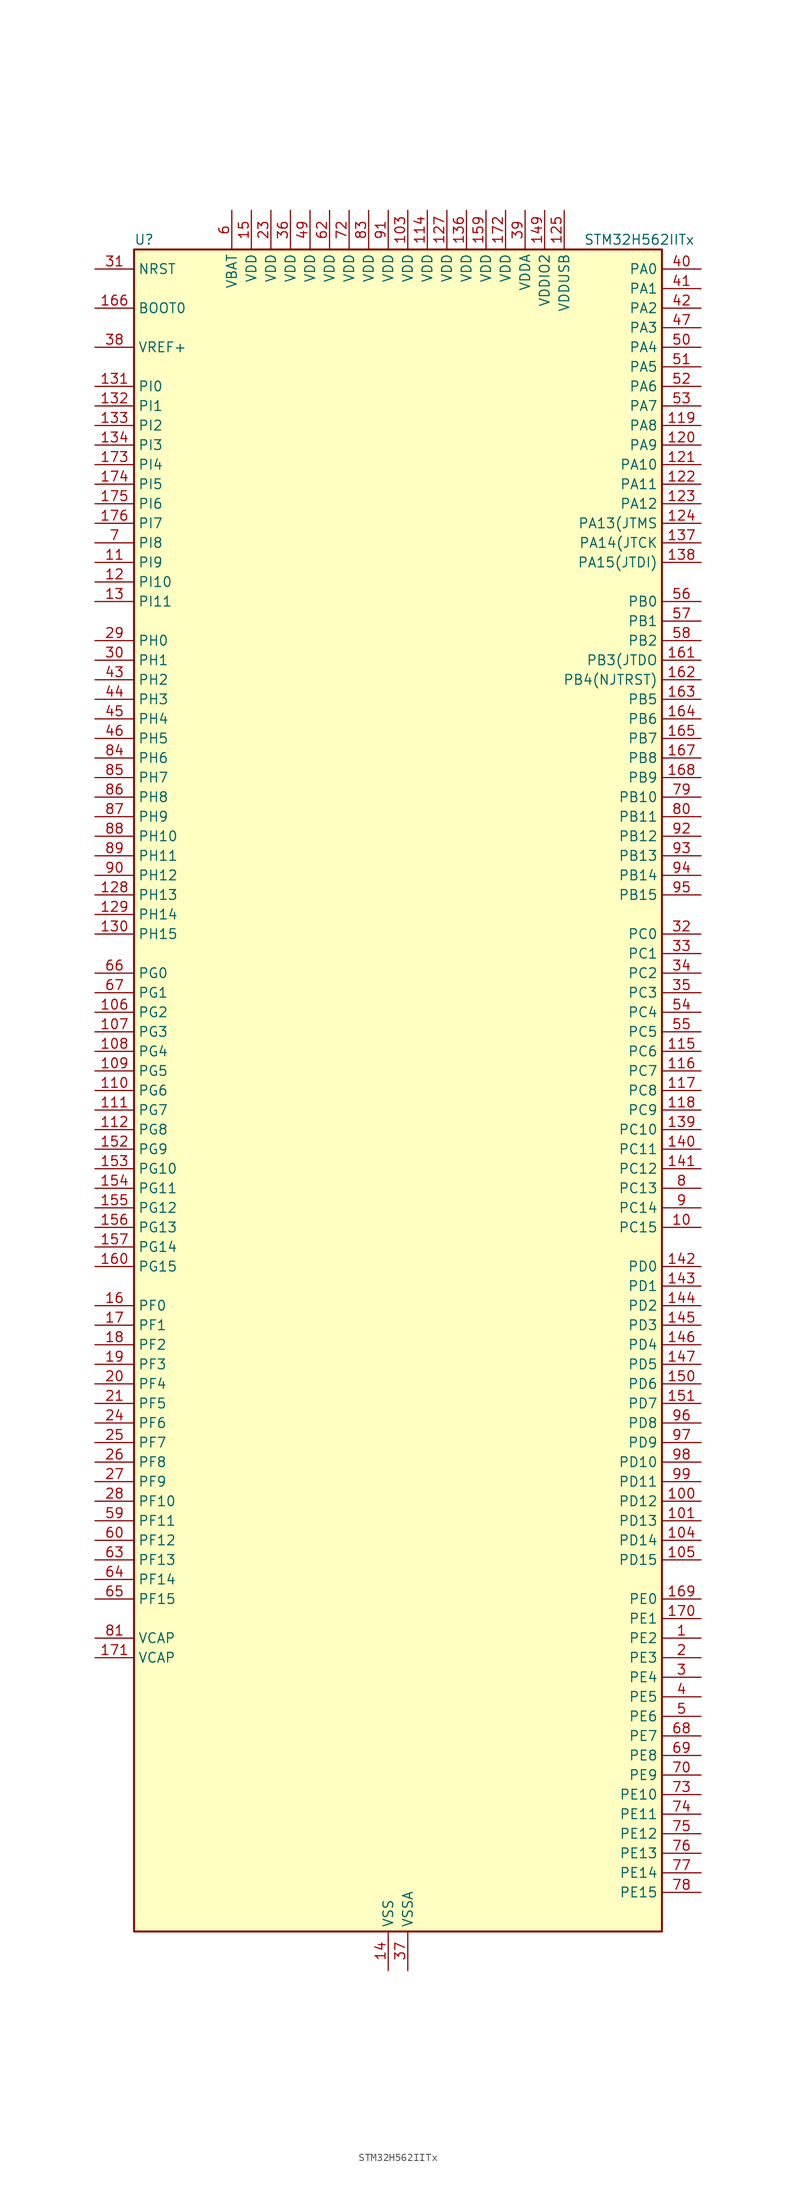
<source format=kicad_sym>
(kicad_symbol_lib
  (version 20231120)
  (generator "kicad_symbol_editor")
  (generator_version "8.0")
  (symbol "STM32H562IITx"
    (property "Reference" "U"
      (at -33.02 110.49 0)
      (effects (font (size 1.27 1.27)) (justify left)))
    (property "Value" "STM32H562IITx"
      (at 25.4 110.49 0)
      (effects (font (size 1.27 1.27)) (justify left)))
    (property "ki_locked" ""
      (at 0 0 0)
      (effects (font (size 1.27 1.27))))
    (symbol "STM32H562IITx_0_1"
      (rectangle (start -33.02 -109.22) (end 35.56 109.22) (stroke (width 0.254) (type default)) (fill (type background))))
    (symbol "STM32H562IITx_1_1"
      (pin bidirectional line (at 40.64 -71.12 180) (length 5.08) (name "PE2" (effects (font (size 1.27 1.27)))) (number "1" (effects (font (size 1.27 1.27)))) (alternate "DCMI_D3" bidirectional line) (alternate "DEBUG_TRACECLK" bidirectional line) (alternate "FMC_A23" bidirectional line) (alternate "LPTIM1_IN2" bidirectional line) (alternate "OCTOSPI1_IO2" bidirectional line) (alternate "PSSI_D3" bidirectional line) (alternate "SAI1_CK1" bidirectional line) (alternate "SAI1_MCLK_A" bidirectional line) (alternate "SPI4_SCK" bidirectional line) (alternate "UART8_TX" bidirectional line) (alternate "USART10_RX" bidirectional line))
      (pin bidirectional line (at 40.64 -17.78 180) (length 5.08) (name "PC15" (effects (font (size 1.27 1.27)))) (number "10" (effects (font (size 1.27 1.27)))) (alternate "ADC1_EXTI15" bidirectional line) (alternate "ADC2_EXTI15" bidirectional line) (alternate "RCC_OSC32_OUT" bidirectional line))
      (pin bidirectional line (at 40.64 -53.34 180) (length 5.08) (name "PD12" (effects (font (size 1.27 1.27)))) (number "100" (effects (font (size 1.27 1.27)))) (alternate "DCMI_D12" bidirectional line) (alternate "FMC_A17" bidirectional line) (alternate "FMC_ALE" bidirectional line) (alternate "I2C4_SCL" bidirectional line) (alternate "I3C1_SCL" bidirectional line) (alternate "LPTIM1_IN1" bidirectional line) (alternate "LPTIM2_IN1" bidirectional line) (alternate "OCTOSPI1_IO1" bidirectional line) (alternate "PSSI_D12" bidirectional line) (alternate "SAI1_D1" bidirectional line) (alternate "SAI2_FS_A" bidirectional line) (alternate "TIM4_CH1" bidirectional line) (alternate "UART4_TX" bidirectional line) (alternate "USART3_RTS" bidirectional line))
      (pin bidirectional line (at 40.64 -55.88 180) (length 5.08) (name "PD13" (effects (font (size 1.27 1.27)))) (number "101" (effects (font (size 1.27 1.27)))) (alternate "DCMI_D13" bidirectional line) (alternate "FMC_A18" bidirectional line) (alternate "I2C4_SDA" bidirectional line) (alternate "I3C1_SDA" bidirectional line) (alternate "LPTIM1_CH1" bidirectional line) (alternate "LPTIM2_CH1" bidirectional line) (alternate "LPTIM4_IN1" bidirectional line) (alternate "OCTOSPI1_IO3" bidirectional line) (alternate "PSSI_D13" bidirectional line) (alternate "SAI2_SCK_A" bidirectional line) (alternate "TIM4_CH2" bidirectional line) (alternate "UART9_RTS" bidirectional line))
      (pin passive line (at 0 -114.3 90) (length 5.08) hide (name "VSS" (effects (font (size 1.27 1.27)))) (number "102" (effects (font (size 1.27 1.27)))))
      (pin power_in line (at 2.54 114.3 270) (length 5.08) (name "VDD" (effects (font (size 1.27 1.27)))) (number "103" (effects (font (size 1.27 1.27)))))
      (pin bidirectional line (at 40.64 -58.42 180) (length 5.08) (name "PD14" (effects (font (size 1.27 1.27)))) (number "104" (effects (font (size 1.27 1.27)))) (alternate "FMC_D0" bidirectional line) (alternate "FMC_DA0" bidirectional line) (alternate "TIM4_CH3" bidirectional line) (alternate "UART8_CTS" bidirectional line) (alternate "UART9_RX" bidirectional line))
      (pin bidirectional line (at 40.64 -60.96 180) (length 5.08) (name "PD15" (effects (font (size 1.27 1.27)))) (number "105" (effects (font (size 1.27 1.27)))) (alternate "ADC1_EXTI15" bidirectional line) (alternate "ADC2_EXTI15" bidirectional line) (alternate "FMC_D1" bidirectional line) (alternate "FMC_DA1" bidirectional line) (alternate "TIM4_CH4" bidirectional line) (alternate "UART8_RTS" bidirectional line) (alternate "UART9_TX" bidirectional line))
      (pin bidirectional line (at -38.1 10.16 0) (length 5.08) (name "PG2" (effects (font (size 1.27 1.27)))) (number "106" (effects (font (size 1.27 1.27)))) (alternate "FMC_A12" bidirectional line) (alternate "LPTIM6_ETR" bidirectional line) (alternate "TIM8_BKIN" bidirectional line) (alternate "UART12_RX" bidirectional line))
      (pin bidirectional line (at -38.1 7.62 0) (length 5.08) (name "PG3" (effects (font (size 1.27 1.27)))) (number "107" (effects (font (size 1.27 1.27)))) (alternate "FMC_A13" bidirectional line) (alternate "LPTIM5_ETR" bidirectional line) (alternate "TIM8_BKIN2" bidirectional line) (alternate "UART12_TX" bidirectional line))
      (pin bidirectional line (at -38.1 5.08 0) (length 5.08) (name "PG4" (effects (font (size 1.27 1.27)))) (number "108" (effects (font (size 1.27 1.27)))) (alternate "FMC_A14" bidirectional line) (alternate "FMC_BA0" bidirectional line) (alternate "LPTIM4_ETR" bidirectional line) (alternate "TIM1_BKIN2" bidirectional line))
      (pin bidirectional line (at -38.1 2.54 0) (length 5.08) (name "PG5" (effects (font (size 1.27 1.27)))) (number "109" (effects (font (size 1.27 1.27)))) (alternate "FMC_A15" bidirectional line) (alternate "FMC_BA1" bidirectional line) (alternate "TIM1_ETR" bidirectional line))
      (pin bidirectional line (at -38.1 68.58 0) (length 5.08) (name "PI9" (effects (font (size 1.27 1.27)))) (number "11" (effects (font (size 1.27 1.27)))) (alternate "DAC1_EXTI9" bidirectional line) (alternate "FDCAN1_RX" bidirectional line) (alternate "UART4_RX" bidirectional line))
      (pin bidirectional line (at -38.1 0 0) (length 5.08) (name "PG6" (effects (font (size 1.27 1.27)))) (number "110" (effects (font (size 1.27 1.27)))) (alternate "DCMI_D12" bidirectional line) (alternate "FMC_NE3" bidirectional line) (alternate "I2C4_SDA" bidirectional line) (alternate "I3C1_SDA" bidirectional line) (alternate "OCTOSPI1_NCS" bidirectional line) (alternate "PSSI_D12" bidirectional line) (alternate "SPI1_RDY" bidirectional line) (alternate "TIM17_BKIN" bidirectional line) (alternate "UCPD1_FRSTX" bidirectional line))
      (pin bidirectional line (at -38.1 -2.54 0) (length 5.08) (name "PG7" (effects (font (size 1.27 1.27)))) (number "111" (effects (font (size 1.27 1.27)))) (alternate "DCMI_D13" bidirectional line) (alternate "FMC_INT" bidirectional line) (alternate "I2C4_SCL" bidirectional line) (alternate "I3C1_SCL" bidirectional line) (alternate "PSSI_D13" bidirectional line) (alternate "SAI1_CK2" bidirectional line) (alternate "SAI1_MCLK_A" bidirectional line) (alternate "UCPD1_FRSTX" bidirectional line) (alternate "USART6_CK" bidirectional line))
      (pin bidirectional line (at -38.1 -5.08 0) (length 5.08) (name "PG8" (effects (font (size 1.27 1.27)))) (number "112" (effects (font (size 1.27 1.27)))) (alternate "FMC_SDCLK" bidirectional line) (alternate "SPI6_NSS" bidirectional line) (alternate "TIM8_ETR" bidirectional line) (alternate "USART6_RTS" bidirectional line))
      (pin passive line (at 0 -114.3 90) (length 5.08) hide (name "VSS" (effects (font (size 1.27 1.27)))) (number "113" (effects (font (size 1.27 1.27)))))
      (pin power_in line (at 5.08 114.3 270) (length 5.08) (name "VDD" (effects (font (size 1.27 1.27)))) (number "114" (effects (font (size 1.27 1.27)))))
      (pin bidirectional line (at 40.64 5.08 180) (length 5.08) (name "PC6" (effects (font (size 1.27 1.27)))) (number "115" (effects (font (size 1.27 1.27)))) (alternate "DCMI_D0" bidirectional line) (alternate "FMC_NWAIT" bidirectional line) (alternate "I2S2_MCK" bidirectional line) (alternate "OCTOSPI1_IO5" bidirectional line) (alternate "PSSI_D0" bidirectional line) (alternate "SAI1_SCK_A" bidirectional line) (alternate "SDMMC1_D0DIR" bidirectional line) (alternate "SDMMC1_D6" bidirectional line) (alternate "TIM3_CH1" bidirectional line) (alternate "TIM8_CH1" bidirectional line) (alternate "USART6_TX" bidirectional line))
      (pin bidirectional line (at 40.64 2.54 180) (length 5.08) (name "PC7" (effects (font (size 1.27 1.27)))) (number "116" (effects (font (size 1.27 1.27)))) (alternate "DCMI_D1" bidirectional line) (alternate "DEBUG_TRGIO" bidirectional line) (alternate "FMC_NE1" bidirectional line) (alternate "I2S3_MCK" bidirectional line) (alternate "OCTOSPI1_IO6" bidirectional line) (alternate "PSSI_D1" bidirectional line) (alternate "SDMMC1_D123DIR" bidirectional line) (alternate "SDMMC1_D7" bidirectional line) (alternate "TIM3_CH2" bidirectional line) (alternate "TIM8_CH2" bidirectional line) (alternate "USART6_RX" bidirectional line))
      (pin bidirectional line (at 40.64 0 180) (length 5.08) (name "PC8" (effects (font (size 1.27 1.27)))) (number "117" (effects (font (size 1.27 1.27)))) (alternate "DCMI_D2" bidirectional line) (alternate "DEBUG_TRACED1" bidirectional line) (alternate "FMC_ALE" bidirectional line) (alternate "FMC_INT" bidirectional line) (alternate "FMC_NCE" bidirectional line) (alternate "FMC_NE2" bidirectional line) (alternate "PSSI_D2" bidirectional line) (alternate "SDMMC1_D0" bidirectional line) (alternate "TIM3_CH3" bidirectional line) (alternate "TIM8_CH3" bidirectional line) (alternate "UART5_DE" bidirectional line) (alternate "UART5_RTS" bidirectional line) (alternate "USART6_CK" bidirectional line))
      (pin bidirectional line (at 40.64 -2.54 180) (length 5.08) (name "PC9" (effects (font (size 1.27 1.27)))) (number "118" (effects (font (size 1.27 1.27)))) (alternate "AUDIOCLK" bidirectional line) (alternate "DAC1_EXTI9" bidirectional line) (alternate "DCMI_D3" bidirectional line) (alternate "FMC_CLE" bidirectional line) (alternate "I2C3_SDA" bidirectional line) (alternate "OCTOSPI1_IO0" bidirectional line) (alternate "PSSI_D3" bidirectional line) (alternate "RCC_MCO_2" bidirectional line) (alternate "SDMMC1_D1" bidirectional line) (alternate "TIM3_CH4" bidirectional line) (alternate "TIM8_CH4" bidirectional line) (alternate "UART5_CTS" bidirectional line) (alternate "UCPD1_DB2" bidirectional line))
      (pin bidirectional line (at 40.64 86.36 180) (length 5.08) (name "PA8" (effects (font (size 1.27 1.27)))) (number "119" (effects (font (size 1.27 1.27)))) (alternate "DCMI_D3" bidirectional line) (alternate "FMC_NOE" bidirectional line) (alternate "I2C3_SCL" bidirectional line) (alternate "PSSI_D3" bidirectional line) (alternate "RCC_MCO_1" bidirectional line) (alternate "SPI1_RDY" bidirectional line) (alternate "TIM1_CH1" bidirectional line) (alternate "TIM8_BKIN2" bidirectional line) (alternate "UART7_RX" bidirectional line) (alternate "USART1_CK" bidirectional line) (alternate "USB_SOF" bidirectional line))
      (pin bidirectional line (at -38.1 66.04 0) (length 5.08) (name "PI10" (effects (font (size 1.27 1.27)))) (number "12" (effects (font (size 1.27 1.27)))) (alternate "FDCAN1_RX" bidirectional line) (alternate "PSSI_D14" bidirectional line))
      (pin bidirectional line (at 40.64 83.82 180) (length 5.08) (name "PA9" (effects (font (size 1.27 1.27)))) (number "120" (effects (font (size 1.27 1.27)))) (alternate "DAC1_EXTI9" bidirectional line) (alternate "DCMI_D0" bidirectional line) (alternate "FMC_NWE" bidirectional line) (alternate "I2C3_SMBA" bidirectional line) (alternate "I2S2_CK" bidirectional line) (alternate "LPUART1_TX" bidirectional line) (alternate "PSSI_D0" bidirectional line) (alternate "SPI2_SCK" bidirectional line) (alternate "TIM1_CH2" bidirectional line) (alternate "UCPD1_DB1" bidirectional line) (alternate "USART1_TX" bidirectional line))
      (pin bidirectional line (at 40.64 81.28 180) (length 5.08) (name "PA10" (effects (font (size 1.27 1.27)))) (number "121" (effects (font (size 1.27 1.27)))) (alternate "DCMI_D1" bidirectional line) (alternate "LPTIM2_IN2" bidirectional line) (alternate "LPUART1_RX" bidirectional line) (alternate "PSSI_D1" bidirectional line) (alternate "SDMMC1_D0" bidirectional line) (alternate "TIM1_CH3" bidirectional line) (alternate "UCPD1_FRSTX" bidirectional line) (alternate "USART1_RX" bidirectional line))
      (pin bidirectional line (at 40.64 78.74 180) (length 5.08) (name "PA11" (effects (font (size 1.27 1.27)))) (number "122" (effects (font (size 1.27 1.27)))) (alternate "ADC1_EXTI11" bidirectional line) (alternate "ADC2_EXTI11" bidirectional line) (alternate "FDCAN1_RX" bidirectional line) (alternate "I2S2_WS" bidirectional line) (alternate "LPUART1_CTS" bidirectional line) (alternate "SPI2_NSS" bidirectional line) (alternate "TIM1_CH4" bidirectional line) (alternate "UART4_RX" bidirectional line) (alternate "USART1_CTS" bidirectional line) (alternate "USART1_NSS" bidirectional line) (alternate "USB_DM" bidirectional line))
      (pin bidirectional line (at 40.64 76.2 180) (length 5.08) (name "PA12" (effects (font (size 1.27 1.27)))) (number "123" (effects (font (size 1.27 1.27)))) (alternate "FDCAN1_TX" bidirectional line) (alternate "I2S2_CK" bidirectional line) (alternate "LPUART1_RTS" bidirectional line) (alternate "SAI2_FS_B" bidirectional line) (alternate "SPI2_SCK" bidirectional line) (alternate "TIM1_ETR" bidirectional line) (alternate "UART4_TX" bidirectional line) (alternate "USART1_RTS" bidirectional line) (alternate "USB_DP" bidirectional line))
      (pin bidirectional line (at 40.64 73.66 180) (length 5.08) (name "PA13(JTMS" (effects (font (size 1.27 1.27)))) (number "124" (effects (font (size 1.27 1.27)))) (alternate "DEBUG_JTMS-SWDIO" bidirectional line))
      (pin power_in line (at 22.86 114.3 270) (length 5.08) (name "VDDUSB" (effects (font (size 1.27 1.27)))) (number "125" (effects (font (size 1.27 1.27)))))
      (pin passive line (at 0 -114.3 90) (length 5.08) hide (name "VSS" (effects (font (size 1.27 1.27)))) (number "126" (effects (font (size 1.27 1.27)))))
      (pin power_in line (at 7.62 114.3 270) (length 5.08) (name "VDD" (effects (font (size 1.27 1.27)))) (number "127" (effects (font (size 1.27 1.27)))))
      (pin bidirectional line (at -38.1 25.4 0) (length 5.08) (name "PH13" (effects (font (size 1.27 1.27)))) (number "128" (effects (font (size 1.27 1.27)))) (alternate "DCMI_D3" bidirectional line) (alternate "FDCAN1_TX" bidirectional line) (alternate "LPTIM1_IN2" bidirectional line) (alternate "PSSI_D3" bidirectional line) (alternate "TIM8_CH1N" bidirectional line) (alternate "UART4_TX" bidirectional line) (alternate "UART8_TX" bidirectional line))
      (pin bidirectional line (at -38.1 22.86 0) (length 5.08) (name "PH14" (effects (font (size 1.27 1.27)))) (number "129" (effects (font (size 1.27 1.27)))) (alternate "DCMI_D4" bidirectional line) (alternate "FDCAN1_RX" bidirectional line) (alternate "PSSI_D4" bidirectional line) (alternate "TIM8_CH2N" bidirectional line) (alternate "UART4_RX" bidirectional line))
      (pin bidirectional line (at -38.1 63.5 0) (length 5.08) (name "PI11" (effects (font (size 1.27 1.27)))) (number "13" (effects (font (size 1.27 1.27)))) (alternate "ADC1_EXTI11" bidirectional line) (alternate "ADC2_EXTI11" bidirectional line) (alternate "PSSI_D15" bidirectional line) (alternate "TAMP_IN4" bidirectional line) (alternate "TAMP_OUT5" bidirectional line))
      (pin bidirectional line (at -38.1 20.32 0) (length 5.08) (name "PH15" (effects (font (size 1.27 1.27)))) (number "130" (effects (font (size 1.27 1.27)))) (alternate "ADC1_EXTI15" bidirectional line) (alternate "ADC2_EXTI15" bidirectional line) (alternate "DCMI_D11" bidirectional line) (alternate "PSSI_D11" bidirectional line) (alternate "TIM8_CH3N" bidirectional line))
      (pin bidirectional line (at -38.1 91.44 0) (length 5.08) (name "PI0" (effects (font (size 1.27 1.27)))) (number "131" (effects (font (size 1.27 1.27)))) (alternate "DCMI_D13" bidirectional line) (alternate "I2S2_WS" bidirectional line) (alternate "PSSI_D13" bidirectional line) (alternate "SPI2_NSS" bidirectional line) (alternate "TIM5_CH4" bidirectional line))
      (pin bidirectional line (at -38.1 88.9 0) (length 5.08) (name "PI1" (effects (font (size 1.27 1.27)))) (number "132" (effects (font (size 1.27 1.27)))) (alternate "DCMI_D8" bidirectional line) (alternate "I2S2_CK" bidirectional line) (alternate "PSSI_D8" bidirectional line) (alternate "SPI2_SCK" bidirectional line) (alternate "TIM8_BKIN2" bidirectional line))
      (pin bidirectional line (at -38.1 86.36 0) (length 5.08) (name "PI2" (effects (font (size 1.27 1.27)))) (number "133" (effects (font (size 1.27 1.27)))) (alternate "DCMI_D9" bidirectional line) (alternate "I2S2_SDI" bidirectional line) (alternate "PSSI_D9" bidirectional line) (alternate "SPI2_MISO" bidirectional line) (alternate "TIM8_CH4" bidirectional line))
      (pin bidirectional line (at -38.1 83.82 0) (length 5.08) (name "PI3" (effects (font (size 1.27 1.27)))) (number "134" (effects (font (size 1.27 1.27)))) (alternate "DCMI_D10" bidirectional line) (alternate "I2S2_SDO" bidirectional line) (alternate "PSSI_D10" bidirectional line) (alternate "SPI2_MOSI" bidirectional line) (alternate "TIM8_ETR" bidirectional line))
      (pin passive line (at 0 -114.3 90) (length 5.08) hide (name "VSS" (effects (font (size 1.27 1.27)))) (number "135" (effects (font (size 1.27 1.27)))))
      (pin power_in line (at 10.16 114.3 270) (length 5.08) (name "VDD" (effects (font (size 1.27 1.27)))) (number "136" (effects (font (size 1.27 1.27)))))
      (pin bidirectional line (at 40.64 71.12 180) (length 5.08) (name "PA14(JTCK" (effects (font (size 1.27 1.27)))) (number "137" (effects (font (size 1.27 1.27)))) (alternate "DEBUG_JTCK-SWCLK" bidirectional line))
      (pin bidirectional line (at 40.64 68.58 180) (length 5.08) (name "PA15(JTDI)" (effects (font (size 1.27 1.27)))) (number "138" (effects (font (size 1.27 1.27)))) (alternate "ADC1_EXTI15" bidirectional line) (alternate "ADC2_EXTI15" bidirectional line) (alternate "CEC" bidirectional line) (alternate "DCMI_D11" bidirectional line) (alternate "DEBUG_JTDI" bidirectional line) (alternate "FMC_NBL1" bidirectional line) (alternate "I2S1_WS" bidirectional line) (alternate "I2S3_WS" bidirectional line) (alternate "LPTIM3_IN2" bidirectional line) (alternate "PSSI_D11" bidirectional line) (alternate "SPI1_NSS" bidirectional line) (alternate "SPI3_NSS" bidirectional line) (alternate "SPI6_NSS" bidirectional line) (alternate "TIM2_CH1" bidirectional line) (alternate "TIM2_ETR" bidirectional line) (alternate "UART4_DE" bidirectional line) (alternate "UART4_RTS" bidirectional line) (alternate "UART7_TX" bidirectional line))
      (pin bidirectional line (at 40.64 -5.08 180) (length 5.08) (name "PC10" (effects (font (size 1.27 1.27)))) (number "139" (effects (font (size 1.27 1.27)))) (alternate "DCMI_D8" bidirectional line) (alternate "I2S3_CK" bidirectional line) (alternate "LPTIM3_ETR" bidirectional line) (alternate "OCTOSPI1_IO1" bidirectional line) (alternate "PSSI_D8" bidirectional line) (alternate "SDMMC1_D2" bidirectional line) (alternate "SPI3_SCK" bidirectional line) (alternate "UART4_TX" bidirectional line) (alternate "USART3_TX" bidirectional line))
      (pin power_in line (at 0 -114.3 90) (length 5.08) (name "VSS" (effects (font (size 1.27 1.27)))) (number "14" (effects (font (size 1.27 1.27)))))
      (pin bidirectional line (at 40.64 -7.62 180) (length 5.08) (name "PC11" (effects (font (size 1.27 1.27)))) (number "140" (effects (font (size 1.27 1.27)))) (alternate "ADC1_EXTI11" bidirectional line) (alternate "ADC2_EXTI11" bidirectional line) (alternate "DCMI_D4" bidirectional line) (alternate "I2S3_SDI" bidirectional line) (alternate "LPTIM3_IN1" bidirectional line) (alternate "OCTOSPI1_NCS" bidirectional line) (alternate "PSSI_D4" bidirectional line) (alternate "SDMMC1_D3" bidirectional line) (alternate "SPI3_MISO" bidirectional line) (alternate "UART4_RX" bidirectional line) (alternate "USART3_RX" bidirectional line))
      (pin bidirectional line (at 40.64 -10.16 180) (length 5.08) (name "PC12" (effects (font (size 1.27 1.27)))) (number "141" (effects (font (size 1.27 1.27)))) (alternate "DCMI_D9" bidirectional line) (alternate "DEBUG_TRACED3" bidirectional line) (alternate "I2S3_SDO" bidirectional line) (alternate "PSSI_D9" bidirectional line) (alternate "SDMMC1_CK" bidirectional line) (alternate "SPI3_MOSI" bidirectional line) (alternate "SPI6_SCK" bidirectional line) (alternate "TIM15_CH1" bidirectional line) (alternate "UART5_TX" bidirectional line) (alternate "USART3_CK" bidirectional line))
      (pin bidirectional line (at 40.64 -22.86 180) (length 5.08) (name "PD0" (effects (font (size 1.27 1.27)))) (number "142" (effects (font (size 1.27 1.27)))) (alternate "FDCAN1_RX" bidirectional line) (alternate "FMC_D2" bidirectional line) (alternate "FMC_DA2" bidirectional line) (alternate "TIM8_CH4N" bidirectional line) (alternate "UART4_RX" bidirectional line) (alternate "UART9_CTS" bidirectional line))
      (pin bidirectional line (at 40.64 -25.4 180) (length 5.08) (name "PD1" (effects (font (size 1.27 1.27)))) (number "143" (effects (font (size 1.27 1.27)))) (alternate "FDCAN1_TX" bidirectional line) (alternate "FMC_D3" bidirectional line) (alternate "FMC_DA3" bidirectional line) (alternate "UART4_TX" bidirectional line))
      (pin bidirectional line (at 40.64 -27.94 180) (length 5.08) (name "PD2" (effects (font (size 1.27 1.27)))) (number "144" (effects (font (size 1.27 1.27)))) (alternate "DCMI_D11" bidirectional line) (alternate "DEBUG_TRACED2" bidirectional line) (alternate "LPTIM4_ETR" bidirectional line) (alternate "PSSI_D11" bidirectional line) (alternate "PWR_WKUP7" bidirectional line) (alternate "SDMMC1_CMD" bidirectional line) (alternate "TIM15_BKIN" bidirectional line) (alternate "TIM3_ETR" bidirectional line) (alternate "UART5_RX" bidirectional line))
      (pin bidirectional line (at 40.64 -30.48 180) (length 5.08) (name "PD3" (effects (font (size 1.27 1.27)))) (number "145" (effects (font (size 1.27 1.27)))) (alternate "DCMI_D5" bidirectional line) (alternate "FMC_CLK" bidirectional line) (alternate "I2S2_CK" bidirectional line) (alternate "PSSI_D5" bidirectional line) (alternate "PWR_WKUP8" bidirectional line) (alternate "SPI2_SCK" bidirectional line) (alternate "USART2_CTS" bidirectional line) (alternate "USART2_NSS" bidirectional line))
      (pin bidirectional line (at 40.64 -33.02 180) (length 5.08) (name "PD4" (effects (font (size 1.27 1.27)))) (number "146" (effects (font (size 1.27 1.27)))) (alternate "FMC_NOE" bidirectional line) (alternate "OCTOSPI1_IO4" bidirectional line) (alternate "USART2_RTS" bidirectional line))
      (pin bidirectional line (at 40.64 -35.56 180) (length 5.08) (name "PD5" (effects (font (size 1.27 1.27)))) (number "147" (effects (font (size 1.27 1.27)))) (alternate "FDCAN1_TX" bidirectional line) (alternate "FMC_NWE" bidirectional line) (alternate "OCTOSPI1_IO5" bidirectional line) (alternate "SPI2_RDY" bidirectional line) (alternate "TIM1_CH4N" bidirectional line) (alternate "USART2_TX" bidirectional line))
      (pin passive line (at 0 -114.3 90) (length 5.08) hide (name "VSS" (effects (font (size 1.27 1.27)))) (number "148" (effects (font (size 1.27 1.27)))))
      (pin power_in line (at 20.32 114.3 270) (length 5.08) (name "VDDIO2" (effects (font (size 1.27 1.27)))) (number "149" (effects (font (size 1.27 1.27)))))
      (pin power_in line (at -17.78 114.3 270) (length 5.08) (name "VDD" (effects (font (size 1.27 1.27)))) (number "15" (effects (font (size 1.27 1.27)))))
      (pin bidirectional line (at 40.64 -38.1 180) (length 5.08) (name "PD6" (effects (font (size 1.27 1.27)))) (number "150" (effects (font (size 1.27 1.27)))) (alternate "DCMI_D10" bidirectional line) (alternate "FMC_NWAIT" bidirectional line) (alternate "I2S3_SDO" bidirectional line) (alternate "OCTOSPI1_IO6" bidirectional line) (alternate "PSSI_D10" bidirectional line) (alternate "SAI1_D1" bidirectional line) (alternate "SAI1_SD_A" bidirectional line) (alternate "SPI3_MOSI" bidirectional line) (alternate "USART2_RX" bidirectional line))
      (pin bidirectional line (at 40.64 -40.64 180) (length 5.08) (name "PD7" (effects (font (size 1.27 1.27)))) (number "151" (effects (font (size 1.27 1.27)))) (alternate "FMC_NCE" bidirectional line) (alternate "FMC_NE1" bidirectional line) (alternate "I2S1_SDO" bidirectional line) (alternate "LPTIM4_OUT" bidirectional line) (alternate "OCTOSPI1_IO7" bidirectional line) (alternate "SPI1_MOSI" bidirectional line) (alternate "USART2_CK" bidirectional line))
      (pin bidirectional line (at -38.1 -7.62 0) (length 5.08) (name "PG9" (effects (font (size 1.27 1.27)))) (number "152" (effects (font (size 1.27 1.27)))) (alternate "DAC1_EXTI9" bidirectional line) (alternate "DCMI_VSYNC" bidirectional line) (alternate "FMC_NCE" bidirectional line) (alternate "FMC_NE2" bidirectional line) (alternate "I2S1_SDI" bidirectional line) (alternate "OCTOSPI1_IO6" bidirectional line) (alternate "PSSI_RDY" bidirectional line) (alternate "SAI2_FS_B" bidirectional line) (alternate "SPI1_MISO" bidirectional line) (alternate "USART6_RX" bidirectional line))
      (pin bidirectional line (at -38.1 -10.16 0) (length 5.08) (name "PG10" (effects (font (size 1.27 1.27)))) (number "153" (effects (font (size 1.27 1.27)))) (alternate "DCMI_D2" bidirectional line) (alternate "FMC_NE3" bidirectional line) (alternate "I2S1_WS" bidirectional line) (alternate "PSSI_D2" bidirectional line) (alternate "SAI2_SD_B" bidirectional line) (alternate "SPI1_NSS" bidirectional line))
      (pin bidirectional line (at -38.1 -12.7 0) (length 5.08) (name "PG11" (effects (font (size 1.27 1.27)))) (number "154" (effects (font (size 1.27 1.27)))) (alternate "ADC1_EXTI11" bidirectional line) (alternate "ADC2_EXTI11" bidirectional line) (alternate "DCMI_D3" bidirectional line) (alternate "I2S1_CK" bidirectional line) (alternate "LPTIM1_IN2" bidirectional line) (alternate "PSSI_D3" bidirectional line) (alternate "SPI1_SCK" bidirectional line) (alternate "USART10_RX" bidirectional line) (alternate "USART11_RTS" bidirectional line))
      (pin bidirectional line (at -38.1 -15.24 0) (length 5.08) (name "PG12" (effects (font (size 1.27 1.27)))) (number "155" (effects (font (size 1.27 1.27)))) (alternate "DCMI_D11" bidirectional line) (alternate "FMC_NE4" bidirectional line) (alternate "LPTIM1_IN1" bidirectional line) (alternate "LPTIM5_CH1" bidirectional line) (alternate "PSSI_D11" bidirectional line) (alternate "PSSI_D15" bidirectional line) (alternate "SPI6_MISO" bidirectional line) (alternate "USART10_TX" bidirectional line) (alternate "USART6_RTS" bidirectional line))
      (pin bidirectional line (at -38.1 -17.78 0) (length 5.08) (name "PG13" (effects (font (size 1.27 1.27)))) (number "156" (effects (font (size 1.27 1.27)))) (alternate "DEBUG_TRACED0" bidirectional line) (alternate "FMC_A24" bidirectional line) (alternate "LPTIM1_CH1" bidirectional line) (alternate "LPTIM5_CH2" bidirectional line) (alternate "SPI6_SCK" bidirectional line) (alternate "USART10_CTS" bidirectional line) (alternate "USART10_NSS" bidirectional line) (alternate "USART6_CTS" bidirectional line) (alternate "USART6_NSS" bidirectional line))
      (pin bidirectional line (at -38.1 -20.32 0) (length 5.08) (name "PG14" (effects (font (size 1.27 1.27)))) (number "157" (effects (font (size 1.27 1.27)))) (alternate "DEBUG_TRACED1" bidirectional line) (alternate "FMC_A25" bidirectional line) (alternate "LPTIM1_CH2" bidirectional line) (alternate "LPTIM1_ETR" bidirectional line) (alternate "LPTIM5_IN1" bidirectional line) (alternate "OCTOSPI1_IO7" bidirectional line) (alternate "SPI6_MOSI" bidirectional line) (alternate "USART10_RTS" bidirectional line) (alternate "USART6_TX" bidirectional line))
      (pin passive line (at 0 -114.3 90) (length 5.08) hide (name "VSS" (effects (font (size 1.27 1.27)))) (number "158" (effects (font (size 1.27 1.27)))))
      (pin power_in line (at 12.7 114.3 270) (length 5.08) (name "VDD" (effects (font (size 1.27 1.27)))) (number "159" (effects (font (size 1.27 1.27)))))
      (pin bidirectional line (at -38.1 -27.94 0) (length 5.08) (name "PF0" (effects (font (size 1.27 1.27)))) (number "16" (effects (font (size 1.27 1.27)))) (alternate "FMC_A0" bidirectional line) (alternate "I2C2_SDA" bidirectional line) (alternate "LPTIM5_CH1" bidirectional line))
      (pin bidirectional line (at -38.1 -22.86 0) (length 5.08) (name "PG15" (effects (font (size 1.27 1.27)))) (number "160" (effects (font (size 1.27 1.27)))) (alternate "ADC1_EXTI15" bidirectional line) (alternate "ADC2_EXTI15" bidirectional line) (alternate "DCMI_D13" bidirectional line) (alternate "FMC_SDNCAS" bidirectional line) (alternate "PSSI_D13" bidirectional line) (alternate "SPI4_RDY" bidirectional line) (alternate "USART10_CK" bidirectional line) (alternate "USART6_CTS" bidirectional line) (alternate "USART6_NSS" bidirectional line))
      (pin bidirectional line (at 40.64 55.88 180) (length 5.08) (name "PB3(JTDO" (effects (font (size 1.27 1.27)))) (number "161" (effects (font (size 1.27 1.27)))) (alternate "CRS_SYNC" bidirectional line) (alternate "DEBUG_JTDO-SWO" bidirectional line) (alternate "I2C2_SDA" bidirectional line) (alternate "I2S1_CK" bidirectional line) (alternate "I2S3_CK" bidirectional line) (alternate "LPTIM6_ETR" bidirectional line) (alternate "SPI1_SCK" bidirectional line) (alternate "SPI3_SCK" bidirectional line) (alternate "SPI6_SCK" bidirectional line) (alternate "TIM2_CH2" bidirectional line) (alternate "UART12_CTS" bidirectional line) (alternate "UART7_RX" bidirectional line))
      (pin bidirectional line (at 40.64 53.34 180) (length 5.08) (name "PB4(NJTRST)" (effects (font (size 1.27 1.27)))) (number "162" (effects (font (size 1.27 1.27)))) (alternate "DCMI_D7" bidirectional line) (alternate "DEBUG_JTRST" bidirectional line) (alternate "I2S1_SDI" bidirectional line) (alternate "I2S2_WS" bidirectional line) (alternate "I2S3_SDI" bidirectional line) (alternate "LPTIM1_CH2" bidirectional line) (alternate "OCTOSPI1_CLK" bidirectional line) (alternate "PSSI_D7" bidirectional line) (alternate "SPI1_MISO" bidirectional line) (alternate "SPI2_NSS" bidirectional line) (alternate "SPI3_MISO" bidirectional line) (alternate "SPI6_MISO" bidirectional line) (alternate "TIM16_BKIN" bidirectional line) (alternate "TIM3_CH1" bidirectional line) (alternate "UART7_TX" bidirectional line))
      (pin bidirectional line (at 40.64 50.8 180) (length 5.08) (name "PB5" (effects (font (size 1.27 1.27)))) (number "163" (effects (font (size 1.27 1.27)))) (alternate "DCMI_D10" bidirectional line) (alternate "FMC_SDCKE1" bidirectional line) (alternate "I2C1_SMBA" bidirectional line) (alternate "I2C4_SMBA" bidirectional line) (alternate "I2S1_SDO" bidirectional line) (alternate "I2S3_SDO" bidirectional line) (alternate "OCTOSPI1_NCLK" bidirectional line) (alternate "PSSI_D10" bidirectional line) (alternate "SPI1_MOSI" bidirectional line) (alternate "SPI3_MOSI" bidirectional line) (alternate "SPI6_MOSI" bidirectional line) (alternate "TIM17_BKIN" bidirectional line) (alternate "TIM3_CH2" bidirectional line) (alternate "UART5_RX" bidirectional line))
      (pin bidirectional line (at 40.64 48.26 180) (length 5.08) (name "PB6" (effects (font (size 1.27 1.27)))) (number "164" (effects (font (size 1.27 1.27)))) (alternate "CEC" bidirectional line) (alternate "DCMI_D5" bidirectional line) (alternate "FMC_SDNE1" bidirectional line) (alternate "I2C1_SCL" bidirectional line) (alternate "I2C4_SCL" bidirectional line) (alternate "I3C1_SCL" bidirectional line) (alternate "LPUART1_TX" bidirectional line) (alternate "OCTOSPI1_NCS" bidirectional line) (alternate "PSSI_D5" bidirectional line) (alternate "TIM16_CH1N" bidirectional line) (alternate "TIM4_CH1" bidirectional line) (alternate "UART5_TX" bidirectional line) (alternate "USART1_TX" bidirectional line))
      (pin bidirectional line (at 40.64 45.72 180) (length 5.08) (name "PB7" (effects (font (size 1.27 1.27)))) (number "165" (effects (font (size 1.27 1.27)))) (alternate "DCMI_VSYNC" bidirectional line) (alternate "FDCAN1_TX" bidirectional line) (alternate "FMC_NL" bidirectional line) (alternate "I2C1_SDA" bidirectional line) (alternate "I2C4_SDA" bidirectional line) (alternate "I3C1_SDA" bidirectional line) (alternate "LPUART1_RX" bidirectional line) (alternate "PSSI_RDY" bidirectional line) (alternate "PWR_WKUP5" bidirectional line) (alternate "TIM17_CH1N" bidirectional line) (alternate "TIM4_CH2" bidirectional line) (alternate "USART1_RX" bidirectional line))
      (pin input line (at -38.1 101.6 0) (length 5.08) (name "BOOT0" (effects (font (size 1.27 1.27)))) (number "166" (effects (font (size 1.27 1.27)))))
      (pin bidirectional line (at 40.64 43.18 180) (length 5.08) (name "PB8" (effects (font (size 1.27 1.27)))) (number "167" (effects (font (size 1.27 1.27)))) (alternate "DCMI_D6" bidirectional line) (alternate "FDCAN1_RX" bidirectional line) (alternate "I2C1_SCL" bidirectional line) (alternate "I2C4_SCL" bidirectional line) (alternate "I3C1_SCL" bidirectional line) (alternate "PSSI_D6" bidirectional line) (alternate "SDMMC1_CKIN" bidirectional line) (alternate "SDMMC1_D4" bidirectional line) (alternate "SPI4_RDY" bidirectional line) (alternate "TIM16_CH1" bidirectional line) (alternate "TIM4_CH3" bidirectional line) (alternate "UART4_RX" bidirectional line))
      (pin bidirectional line (at 40.64 40.64 180) (length 5.08) (name "PB9" (effects (font (size 1.27 1.27)))) (number "168" (effects (font (size 1.27 1.27)))) (alternate "DAC1_EXTI9" bidirectional line) (alternate "DCMI_D7" bidirectional line) (alternate "FDCAN1_TX" bidirectional line) (alternate "I2C1_SDA" bidirectional line) (alternate "I2C4_SDA" bidirectional line) (alternate "I2S2_WS" bidirectional line) (alternate "I3C1_SDA" bidirectional line) (alternate "PSSI_D7" bidirectional line) (alternate "SDMMC1_CDIR" bidirectional line) (alternate "SDMMC1_D5" bidirectional line) (alternate "SPI2_NSS" bidirectional line) (alternate "TIM17_CH1" bidirectional line) (alternate "TIM4_CH4" bidirectional line) (alternate "UART4_TX" bidirectional line))
      (pin bidirectional line (at 40.64 -66.04 180) (length 5.08) (name "PE0" (effects (font (size 1.27 1.27)))) (number "169" (effects (font (size 1.27 1.27)))) (alternate "DCMI_D2" bidirectional line) (alternate "FDCAN1_RX" bidirectional line) (alternate "FMC_NBL0" bidirectional line) (alternate "LPTIM1_ETR" bidirectional line) (alternate "LPTIM2_CH2" bidirectional line) (alternate "LPTIM2_ETR" bidirectional line) (alternate "PSSI_D2" bidirectional line) (alternate "SAI2_MCLK_A" bidirectional line) (alternate "SPI3_RDY" bidirectional line) (alternate "TIM4_ETR" bidirectional line) (alternate "UART8_RX" bidirectional line))
      (pin bidirectional line (at -38.1 -30.48 0) (length 5.08) (name "PF1" (effects (font (size 1.27 1.27)))) (number "17" (effects (font (size 1.27 1.27)))) (alternate "FMC_A1" bidirectional line) (alternate "I2C2_SCL" bidirectional line) (alternate "LPTIM5_CH2" bidirectional line))
      (pin bidirectional line (at 40.64 -68.58 180) (length 5.08) (name "PE1" (effects (font (size 1.27 1.27)))) (number "170" (effects (font (size 1.27 1.27)))) (alternate "DCMI_D3" bidirectional line) (alternate "FDCAN1_TX" bidirectional line) (alternate "FMC_NBL1" bidirectional line) (alternate "LPTIM1_IN2" bidirectional line) (alternate "PSSI_D3" bidirectional line) (alternate "UART8_TX" bidirectional line))
      (pin power_out line (at -38.1 -73.66 0) (length 5.08) (name "VCAP" (effects (font (size 1.27 1.27)))) (number "171" (effects (font (size 1.27 1.27)))))
      (pin power_in line (at 15.24 114.3 270) (length 5.08) (name "VDD" (effects (font (size 1.27 1.27)))) (number "172" (effects (font (size 1.27 1.27)))))
      (pin bidirectional line (at -38.1 81.28 0) (length 5.08) (name "PI4" (effects (font (size 1.27 1.27)))) (number "173" (effects (font (size 1.27 1.27)))) (alternate "DCMI_D5" bidirectional line) (alternate "PSSI_D5" bidirectional line) (alternate "SAI2_MCLK_A" bidirectional line) (alternate "SPI2_RDY" bidirectional line) (alternate "TIM8_BKIN" bidirectional line))
      (pin bidirectional line (at -38.1 78.74 0) (length 5.08) (name "PI5" (effects (font (size 1.27 1.27)))) (number "174" (effects (font (size 1.27 1.27)))) (alternate "DCMI_VSYNC" bidirectional line) (alternate "PSSI_RDY" bidirectional line) (alternate "SAI2_SCK_A" bidirectional line) (alternate "TIM8_CH1" bidirectional line))
      (pin bidirectional line (at -38.1 76.2 0) (length 5.08) (name "PI6" (effects (font (size 1.27 1.27)))) (number "175" (effects (font (size 1.27 1.27)))) (alternate "DCMI_D6" bidirectional line) (alternate "PSSI_D6" bidirectional line) (alternate "SAI2_SD_A" bidirectional line) (alternate "TIM8_CH2" bidirectional line))
      (pin bidirectional line (at -38.1 73.66 0) (length 5.08) (name "PI7" (effects (font (size 1.27 1.27)))) (number "176" (effects (font (size 1.27 1.27)))) (alternate "DCMI_D7" bidirectional line) (alternate "PSSI_D7" bidirectional line) (alternate "SAI2_FS_A" bidirectional line) (alternate "TIM8_CH3" bidirectional line))
      (pin bidirectional line (at -38.1 -33.02 0) (length 5.08) (name "PF2" (effects (font (size 1.27 1.27)))) (number "18" (effects (font (size 1.27 1.27)))) (alternate "FMC_A2" bidirectional line) (alternate "I2C2_SMBA" bidirectional line) (alternate "LPTIM3_CH2" bidirectional line) (alternate "LPTIM3_IN2" bidirectional line) (alternate "LPTIM5_IN1" bidirectional line) (alternate "UART12_TX" bidirectional line) (alternate "USART11_CK" bidirectional line))
      (pin bidirectional line (at -38.1 -35.56 0) (length 5.08) (name "PF3" (effects (font (size 1.27 1.27)))) (number "19" (effects (font (size 1.27 1.27)))) (alternate "FMC_A3" bidirectional line) (alternate "LPTIM3_IN1" bidirectional line) (alternate "LPTIM5_IN2" bidirectional line) (alternate "USART11_TX" bidirectional line))
      (pin bidirectional line (at 40.64 -73.66 180) (length 5.08) (name "PE3" (effects (font (size 1.27 1.27)))) (number "2" (effects (font (size 1.27 1.27)))) (alternate "DEBUG_TRACED0" bidirectional line) (alternate "FMC_A19" bidirectional line) (alternate "SAI1_SD_B" bidirectional line) (alternate "TAMP_IN6" bidirectional line) (alternate "TAMP_OUT3" bidirectional line) (alternate "TIM15_BKIN" bidirectional line) (alternate "USART10_TX" bidirectional line))
      (pin bidirectional line (at -38.1 -38.1 0) (length 5.08) (name "PF4" (effects (font (size 1.27 1.27)))) (number "20" (effects (font (size 1.27 1.27)))) (alternate "FMC_A4" bidirectional line) (alternate "LPTIM3_ETR" bidirectional line) (alternate "USART11_RX" bidirectional line))
      (pin bidirectional line (at -38.1 -40.64 0) (length 5.08) (name "PF5" (effects (font (size 1.27 1.27)))) (number "21" (effects (font (size 1.27 1.27)))) (alternate "FMC_A5" bidirectional line) (alternate "I2C4_SCL" bidirectional line) (alternate "I3C1_SCL" bidirectional line) (alternate "LPTIM3_CH1" bidirectional line) (alternate "LPTIM3_IN1" bidirectional line) (alternate "UART12_RX" bidirectional line) (alternate "USART11_CTS" bidirectional line) (alternate "USART11_NSS" bidirectional line))
      (pin passive line (at 0 -114.3 90) (length 5.08) hide (name "VSS" (effects (font (size 1.27 1.27)))) (number "22" (effects (font (size 1.27 1.27)))))
      (pin power_in line (at -15.24 114.3 270) (length 5.08) (name "VDD" (effects (font (size 1.27 1.27)))) (number "23" (effects (font (size 1.27 1.27)))))
      (pin bidirectional line (at -38.1 -43.18 0) (length 5.08) (name "PF6" (effects (font (size 1.27 1.27)))) (number "24" (effects (font (size 1.27 1.27)))) (alternate "LPTIM5_CH1" bidirectional line) (alternate "OCTOSPI1_IO3" bidirectional line) (alternate "SAI1_SD_B" bidirectional line) (alternate "SPI5_NSS" bidirectional line) (alternate "TIM16_CH1" bidirectional line) (alternate "UART7_RX" bidirectional line))
      (pin bidirectional line (at -38.1 -45.72 0) (length 5.08) (name "PF7" (effects (font (size 1.27 1.27)))) (number "25" (effects (font (size 1.27 1.27)))) (alternate "LPTIM5_CH2" bidirectional line) (alternate "OCTOSPI1_IO2" bidirectional line) (alternate "SAI1_MCLK_B" bidirectional line) (alternate "SPI5_SCK" bidirectional line) (alternate "TIM17_CH1" bidirectional line) (alternate "UART7_TX" bidirectional line))
      (pin bidirectional line (at -38.1 -48.26 0) (length 5.08) (name "PF8" (effects (font (size 1.27 1.27)))) (number "26" (effects (font (size 1.27 1.27)))) (alternate "LPTIM5_IN1" bidirectional line) (alternate "OCTOSPI1_IO0" bidirectional line) (alternate "SAI1_SCK_B" bidirectional line) (alternate "SPI5_MISO" bidirectional line) (alternate "TIM13_CH1" bidirectional line) (alternate "TIM16_CH1N" bidirectional line) (alternate "UART7_RTS" bidirectional line))
      (pin bidirectional line (at -38.1 -50.8 0) (length 5.08) (name "PF9" (effects (font (size 1.27 1.27)))) (number "27" (effects (font (size 1.27 1.27)))) (alternate "DAC1_EXTI9" bidirectional line) (alternate "LPTIM5_IN2" bidirectional line) (alternate "OCTOSPI1_IO1" bidirectional line) (alternate "SAI1_FS_B" bidirectional line) (alternate "SPI5_MOSI" bidirectional line) (alternate "TIM14_CH1" bidirectional line) (alternate "TIM17_CH1N" bidirectional line) (alternate "UART7_CTS" bidirectional line))
      (pin bidirectional line (at -38.1 -53.34 0) (length 5.08) (name "PF10" (effects (font (size 1.27 1.27)))) (number "28" (effects (font (size 1.27 1.27)))) (alternate "DCMI_D11" bidirectional line) (alternate "OCTOSPI1_CLK" bidirectional line) (alternate "PSSI_D11" bidirectional line) (alternate "PSSI_D15" bidirectional line) (alternate "SAI1_D3" bidirectional line) (alternate "TIM16_BKIN" bidirectional line))
      (pin bidirectional line (at -38.1 58.42 0) (length 5.08) (name "PH0" (effects (font (size 1.27 1.27)))) (number "29" (effects (font (size 1.27 1.27)))) (alternate "RCC_OSC_IN" bidirectional line))
      (pin bidirectional line (at 40.64 -76.2 180) (length 5.08) (name "PE4" (effects (font (size 1.27 1.27)))) (number "3" (effects (font (size 1.27 1.27)))) (alternate "DCMI_D4" bidirectional line) (alternate "DEBUG_TRACED1" bidirectional line) (alternate "FMC_A20" bidirectional line) (alternate "PSSI_D4" bidirectional line) (alternate "SAI1_D2" bidirectional line) (alternate "SAI1_FS_A" bidirectional line) (alternate "SPI4_NSS" bidirectional line) (alternate "TAMP_IN7" bidirectional line) (alternate "TAMP_OUT8" bidirectional line) (alternate "TIM15_CH1N" bidirectional line))
      (pin bidirectional line (at -38.1 55.88 0) (length 5.08) (name "PH1" (effects (font (size 1.27 1.27)))) (number "30" (effects (font (size 1.27 1.27)))) (alternate "RCC_OSC_OUT" bidirectional line))
      (pin input line (at -38.1 106.68 0) (length 5.08) (name "NRST" (effects (font (size 1.27 1.27)))) (number "31" (effects (font (size 1.27 1.27)))))
      (pin bidirectional line (at 40.64 20.32 180) (length 5.08) (name "PC0" (effects (font (size 1.27 1.27)))) (number "32" (effects (font (size 1.27 1.27)))) (alternate "ADC1_INP10" bidirectional line) (alternate "ADC2_INP10" bidirectional line) (alternate "FMC_A25" bidirectional line) (alternate "FMC_SDNWE" bidirectional line) (alternate "OCTOSPI1_IO7" bidirectional line) (alternate "SAI1_MCLK_A" bidirectional line) (alternate "SAI2_FS_B" bidirectional line) (alternate "SPI2_RDY" bidirectional line) (alternate "TIM16_BKIN" bidirectional line))
      (pin bidirectional line (at 40.64 17.78 180) (length 5.08) (name "PC1" (effects (font (size 1.27 1.27)))) (number "33" (effects (font (size 1.27 1.27)))) (alternate "ADC1_INN10" bidirectional line) (alternate "ADC1_INP11" bidirectional line) (alternate "ADC2_INN10" bidirectional line) (alternate "ADC2_INP11" bidirectional line) (alternate "DEBUG_TRACED0" bidirectional line) (alternate "I2S2_SDO" bidirectional line) (alternate "OCTOSPI1_IO4" bidirectional line) (alternate "PWR_WKUP6" bidirectional line) (alternate "SAI1_D1" bidirectional line) (alternate "SAI1_SD_A" bidirectional line) (alternate "SAI2_SD_A" bidirectional line) (alternate "SPI2_MOSI" bidirectional line) (alternate "TAMP_IN3" bidirectional line) (alternate "TAMP_OUT5" bidirectional line) (alternate "USART11_RTS" bidirectional line))
      (pin bidirectional line (at 40.64 15.24 180) (length 5.08) (name "PC2" (effects (font (size 1.27 1.27)))) (number "34" (effects (font (size 1.27 1.27)))) (alternate "ADC1_INN11" bidirectional line) (alternate "ADC1_INP12" bidirectional line) (alternate "ADC2_INN11" bidirectional line) (alternate "ADC2_INP12" bidirectional line) (alternate "FMC_SDNE0" bidirectional line) (alternate "I2S2_SDI" bidirectional line) (alternate "OCTOSPI1_IO2" bidirectional line) (alternate "OCTOSPI1_IO5" bidirectional line) (alternate "PWR_CSLEEP" bidirectional line) (alternate "SPI2_MISO" bidirectional line) (alternate "TIM17_CH1" bidirectional line) (alternate "TIM4_CH4" bidirectional line))
      (pin bidirectional line (at 40.64 12.7 180) (length 5.08) (name "PC3" (effects (font (size 1.27 1.27)))) (number "35" (effects (font (size 1.27 1.27)))) (alternate "ADC1_INN12" bidirectional line) (alternate "ADC1_INP13" bidirectional line) (alternate "ADC2_INN12" bidirectional line) (alternate "ADC2_INP13" bidirectional line) (alternate "FMC_SDCKE0" bidirectional line) (alternate "I2S2_SDO" bidirectional line) (alternate "LPTIM3_CH1" bidirectional line) (alternate "OCTOSPI1_IO0" bidirectional line) (alternate "OCTOSPI1_IO6" bidirectional line) (alternate "PWR_CSTOP" bidirectional line) (alternate "SAI1_D3" bidirectional line) (alternate "SPI2_MOSI" bidirectional line))
      (pin power_in line (at -12.7 114.3 270) (length 5.08) (name "VDD" (effects (font (size 1.27 1.27)))) (number "36" (effects (font (size 1.27 1.27)))))
      (pin power_in line (at 2.54 -114.3 90) (length 5.08) (name "VSSA" (effects (font (size 1.27 1.27)))) (number "37" (effects (font (size 1.27 1.27)))))
      (pin input line (at -38.1 96.52 0) (length 5.08) (name "VREF+" (effects (font (size 1.27 1.27)))) (number "38" (effects (font (size 1.27 1.27)))))
      (pin power_in line (at 17.78 114.3 270) (length 5.08) (name "VDDA" (effects (font (size 1.27 1.27)))) (number "39" (effects (font (size 1.27 1.27)))))
      (pin bidirectional line (at 40.64 -78.74 180) (length 5.08) (name "PE5" (effects (font (size 1.27 1.27)))) (number "4" (effects (font (size 1.27 1.27)))) (alternate "DCMI_D6" bidirectional line) (alternate "DEBUG_TRACED2" bidirectional line) (alternate "FMC_A21" bidirectional line) (alternate "PSSI_D6" bidirectional line) (alternate "SAI1_CK2" bidirectional line) (alternate "SAI1_SCK_A" bidirectional line) (alternate "SPI4_MISO" bidirectional line) (alternate "TAMP_IN8" bidirectional line) (alternate "TAMP_OUT7" bidirectional line) (alternate "TIM15_CH1" bidirectional line))
      (pin bidirectional line (at 40.64 106.68 180) (length 5.08) (name "PA0" (effects (font (size 1.27 1.27)))) (number "40" (effects (font (size 1.27 1.27)))) (alternate "ADC1_INN1" bidirectional line) (alternate "ADC1_INP0" bidirectional line) (alternate "ADC2_INN1" bidirectional line) (alternate "ADC2_INP0" bidirectional line) (alternate "PWR_WKUP1" bidirectional line) (alternate "SAI2_SD_B" bidirectional line) (alternate "SPI3_RDY" bidirectional line) (alternate "SPI6_NSS" bidirectional line) (alternate "TAMP_IN2" bidirectional line) (alternate "TAMP_OUT1" bidirectional line) (alternate "TIM15_BKIN" bidirectional line) (alternate "TIM2_CH1" bidirectional line) (alternate "TIM2_ETR" bidirectional line) (alternate "TIM5_CH1" bidirectional line) (alternate "TIM8_ETR" bidirectional line) (alternate "UART4_TX" bidirectional line) (alternate "USART2_CTS" bidirectional line) (alternate "USART2_NSS" bidirectional line))
      (pin bidirectional line (at 40.64 104.14 180) (length 5.08) (name "PA1" (effects (font (size 1.27 1.27)))) (number "41" (effects (font (size 1.27 1.27)))) (alternate "ADC1_INP1" bidirectional line) (alternate "ADC2_INP1" bidirectional line) (alternate "LPTIM1_IN1" bidirectional line) (alternate "OCTOSPI1_DQS" bidirectional line) (alternate "OCTOSPI1_IO3" bidirectional line) (alternate "SAI2_MCLK_B" bidirectional line) (alternate "TAMP_IN5" bidirectional line) (alternate "TAMP_OUT4" bidirectional line) (alternate "TIM15_CH1N" bidirectional line) (alternate "TIM2_CH2" bidirectional line) (alternate "TIM5_CH2" bidirectional line) (alternate "UART4_RX" bidirectional line) (alternate "USART2_RTS" bidirectional line))
      (pin bidirectional line (at 40.64 101.6 180) (length 5.08) (name "PA2" (effects (font (size 1.27 1.27)))) (number "42" (effects (font (size 1.27 1.27)))) (alternate "ADC1_INP14" bidirectional line) (alternate "ADC2_INP14" bidirectional line) (alternate "LPTIM1_IN2" bidirectional line) (alternate "PWR_WKUP2" bidirectional line) (alternate "SAI2_SCK_B" bidirectional line) (alternate "TAMP_IN4" bidirectional line) (alternate "TAMP_OUT3" bidirectional line) (alternate "TIM15_CH1" bidirectional line) (alternate "TIM2_CH3" bidirectional line) (alternate "TIM5_CH3" bidirectional line) (alternate "USART2_TX" bidirectional line))
      (pin bidirectional line (at -38.1 53.34 0) (length 5.08) (name "PH2" (effects (font (size 1.27 1.27)))) (number "43" (effects (font (size 1.27 1.27)))) (alternate "FMC_SDCKE0" bidirectional line) (alternate "LPTIM1_IN2" bidirectional line) (alternate "OCTOSPI1_IO4" bidirectional line) (alternate "SAI2_SCK_B" bidirectional line))
      (pin bidirectional line (at -38.1 50.8 0) (length 5.08) (name "PH3" (effects (font (size 1.27 1.27)))) (number "44" (effects (font (size 1.27 1.27)))) (alternate "FMC_SDNE0" bidirectional line) (alternate "OCTOSPI1_IO5" bidirectional line) (alternate "SAI2_MCLK_B" bidirectional line))
      (pin bidirectional line (at -38.1 48.26 0) (length 5.08) (name "PH4" (effects (font (size 1.27 1.27)))) (number "45" (effects (font (size 1.27 1.27)))) (alternate "I2C2_SCL" bidirectional line) (alternate "PSSI_D14" bidirectional line) (alternate "SPI5_RDY" bidirectional line) (alternate "SPI6_RDY" bidirectional line))
      (pin bidirectional line (at -38.1 45.72 0) (length 5.08) (name "PH5" (effects (font (size 1.27 1.27)))) (number "46" (effects (font (size 1.27 1.27)))) (alternate "FMC_SDNWE" bidirectional line) (alternate "I2C2_SDA" bidirectional line) (alternate "SPI5_NSS" bidirectional line) (alternate "SPI6_RDY" bidirectional line))
      (pin bidirectional line (at 40.64 99.06 180) (length 5.08) (name "PA3" (effects (font (size 1.27 1.27)))) (number "47" (effects (font (size 1.27 1.27)))) (alternate "ADC1_INP15" bidirectional line) (alternate "ADC2_INP15" bidirectional line) (alternate "I2S2_WS" bidirectional line) (alternate "OCTOSPI1_CLK" bidirectional line) (alternate "SAI1_SD_B" bidirectional line) (alternate "SPI2_NSS" bidirectional line) (alternate "TIM15_CH2" bidirectional line) (alternate "TIM2_CH4" bidirectional line) (alternate "TIM5_CH4" bidirectional line) (alternate "USART2_RX" bidirectional line))
      (pin passive line (at 0 -114.3 90) (length 5.08) hide (name "VSS" (effects (font (size 1.27 1.27)))) (number "48" (effects (font (size 1.27 1.27)))))
      (pin power_in line (at -10.16 114.3 270) (length 5.08) (name "VDD" (effects (font (size 1.27 1.27)))) (number "49" (effects (font (size 1.27 1.27)))))
      (pin bidirectional line (at 40.64 -81.28 180) (length 5.08) (name "PE6" (effects (font (size 1.27 1.27)))) (number "5" (effects (font (size 1.27 1.27)))) (alternate "DCMI_D7" bidirectional line) (alternate "DEBUG_TRACED3" bidirectional line) (alternate "FMC_A22" bidirectional line) (alternate "PSSI_D7" bidirectional line) (alternate "SAI1_D1" bidirectional line) (alternate "SAI1_SD_A" bidirectional line) (alternate "SAI2_MCLK_B" bidirectional line) (alternate "SPI4_MOSI" bidirectional line) (alternate "TAMP_IN3" bidirectional line) (alternate "TAMP_OUT6" bidirectional line) (alternate "TIM15_CH2" bidirectional line) (alternate "TIM1_BKIN2" bidirectional line))
      (pin bidirectional line (at 40.64 96.52 180) (length 5.08) (name "PA4" (effects (font (size 1.27 1.27)))) (number "50" (effects (font (size 1.27 1.27)))) (alternate "ADC1_INP18" bidirectional line) (alternate "ADC2_INP18" bidirectional line) (alternate "DAC1_OUT1" bidirectional line) (alternate "DCMI_HSYNC" bidirectional line) (alternate "I2S1_WS" bidirectional line) (alternate "I2S3_WS" bidirectional line) (alternate "LPTIM2_CH1" bidirectional line) (alternate "PSSI_DE" bidirectional line) (alternate "SPI1_NSS" bidirectional line) (alternate "SPI3_NSS" bidirectional line) (alternate "SPI6_NSS" bidirectional line) (alternate "TIM5_ETR" bidirectional line) (alternate "USART2_CK" bidirectional line))
      (pin bidirectional line (at 40.64 93.98 180) (length 5.08) (name "PA5" (effects (font (size 1.27 1.27)))) (number "51" (effects (font (size 1.27 1.27)))) (alternate "ADC1_INN18" bidirectional line) (alternate "ADC1_INP19" bidirectional line) (alternate "ADC2_INN18" bidirectional line) (alternate "ADC2_INP19" bidirectional line) (alternate "DAC1_OUT2" bidirectional line) (alternate "I2S1_CK" bidirectional line) (alternate "PSSI_D14" bidirectional line) (alternate "SPI1_SCK" bidirectional line) (alternate "SPI6_SCK" bidirectional line) (alternate "TIM2_CH1" bidirectional line) (alternate "TIM2_ETR" bidirectional line) (alternate "TIM8_CH1N" bidirectional line))
      (pin bidirectional line (at 40.64 91.44 180) (length 5.08) (name "PA6" (effects (font (size 1.27 1.27)))) (number "52" (effects (font (size 1.27 1.27)))) (alternate "ADC1_INP3" bidirectional line) (alternate "ADC2_INP3" bidirectional line) (alternate "DCMI_PIXCLK" bidirectional line) (alternate "I2S1_SDI" bidirectional line) (alternate "OCTOSPI1_IO3" bidirectional line) (alternate "PSSI_PDCK" bidirectional line) (alternate "SPI1_MISO" bidirectional line) (alternate "SPI6_MISO" bidirectional line) (alternate "TIM13_CH1" bidirectional line) (alternate "TIM1_BKIN" bidirectional line) (alternate "TIM3_CH1" bidirectional line) (alternate "TIM8_BKIN" bidirectional line) (alternate "USART11_TX" bidirectional line))
      (pin bidirectional line (at 40.64 88.9 180) (length 5.08) (name "PA7" (effects (font (size 1.27 1.27)))) (number "53" (effects (font (size 1.27 1.27)))) (alternate "ADC1_INN3" bidirectional line) (alternate "ADC1_INP7" bidirectional line) (alternate "ADC2_INN3" bidirectional line) (alternate "ADC2_INP7" bidirectional line) (alternate "FMC_NWE" bidirectional line) (alternate "FMC_SDNWE" bidirectional line) (alternate "I2S1_SDO" bidirectional line) (alternate "OCTOSPI1_IO2" bidirectional line) (alternate "SPI1_MOSI" bidirectional line) (alternate "SPI6_MOSI" bidirectional line) (alternate "TIM14_CH1" bidirectional line) (alternate "TIM1_CH1N" bidirectional line) (alternate "TIM3_CH2" bidirectional line) (alternate "TIM8_CH1N" bidirectional line) (alternate "USART11_RX" bidirectional line))
      (pin bidirectional line (at 40.64 10.16 180) (length 5.08) (name "PC4" (effects (font (size 1.27 1.27)))) (number "54" (effects (font (size 1.27 1.27)))) (alternate "ADC1_INP4" bidirectional line) (alternate "ADC2_INP4" bidirectional line) (alternate "FMC_SDNE0" bidirectional line) (alternate "I2S1_MCK" bidirectional line) (alternate "LPTIM2_ETR" bidirectional line) (alternate "SAI1_CK1" bidirectional line) (alternate "TIM2_CH4" bidirectional line) (alternate "USART3_RX" bidirectional line))
      (pin bidirectional line (at 40.64 7.62 180) (length 5.08) (name "PC5" (effects (font (size 1.27 1.27)))) (number "55" (effects (font (size 1.27 1.27)))) (alternate "ADC1_INN4" bidirectional line) (alternate "ADC1_INP8" bidirectional line) (alternate "ADC2_INN4" bidirectional line) (alternate "ADC2_INP8" bidirectional line) (alternate "FMC_SDCKE0" bidirectional line) (alternate "OCTOSPI1_DQS" bidirectional line) (alternate "PSSI_D15" bidirectional line) (alternate "SAI1_D3" bidirectional line) (alternate "SAI1_FS_A" bidirectional line) (alternate "TIM1_CH4N" bidirectional line) (alternate "UART12_RTS" bidirectional line))
      (pin bidirectional line (at 40.64 63.5 180) (length 5.08) (name "PB0" (effects (font (size 1.27 1.27)))) (number "56" (effects (font (size 1.27 1.27)))) (alternate "ADC1_INN5" bidirectional line) (alternate "ADC1_INP9" bidirectional line) (alternate "ADC2_INN5" bidirectional line) (alternate "ADC2_INP9" bidirectional line) (alternate "LPTIM3_CH1" bidirectional line) (alternate "OCTOSPI1_IO1" bidirectional line) (alternate "TIM1_CH2N" bidirectional line) (alternate "TIM3_CH3" bidirectional line) (alternate "TIM8_CH2N" bidirectional line) (alternate "UART4_CTS" bidirectional line) (alternate "USART11_CK" bidirectional line))
      (pin bidirectional line (at 40.64 60.96 180) (length 5.08) (name "PB1" (effects (font (size 1.27 1.27)))) (number "57" (effects (font (size 1.27 1.27)))) (alternate "ADC1_INP5" bidirectional line) (alternate "ADC2_INP5" bidirectional line) (alternate "LPTIM3_CH2" bidirectional line) (alternate "OCTOSPI1_IO0" bidirectional line) (alternate "TIM1_CH3N" bidirectional line) (alternate "TIM3_CH4" bidirectional line) (alternate "TIM8_CH3N" bidirectional line))
      (pin bidirectional line (at 40.64 58.42 180) (length 5.08) (name "PB2" (effects (font (size 1.27 1.27)))) (number "58" (effects (font (size 1.27 1.27)))) (alternate "I2S3_SDO" bidirectional line) (alternate "LPTIM1_CH1" bidirectional line) (alternate "LPTIM5_ETR" bidirectional line) (alternate "OCTOSPI1_CLK" bidirectional line) (alternate "OCTOSPI1_DQS" bidirectional line) (alternate "RCC_LSCO" bidirectional line) (alternate "RTC_OUT2" bidirectional line) (alternate "SAI1_D1" bidirectional line) (alternate "SAI1_SD_A" bidirectional line) (alternate "SDMMC1_CMD" bidirectional line) (alternate "SPI1_RDY" bidirectional line) (alternate "SPI3_MOSI" bidirectional line) (alternate "TIM8_CH4N" bidirectional line))
      (pin bidirectional line (at -38.1 -55.88 0) (length 5.08) (name "PF11" (effects (font (size 1.27 1.27)))) (number "59" (effects (font (size 1.27 1.27)))) (alternate "ADC1_EXTI11" bidirectional line) (alternate "ADC1_INP2" bidirectional line) (alternate "ADC2_EXTI11" bidirectional line) (alternate "DCMI_D12" bidirectional line) (alternate "FMC_SDNRAS" bidirectional line) (alternate "LPTIM6_CH1" bidirectional line) (alternate "OCTOSPI1_NCLK" bidirectional line) (alternate "PSSI_D12" bidirectional line) (alternate "SAI2_SD_B" bidirectional line) (alternate "SPI5_MOSI" bidirectional line))
      (pin power_in line (at -20.32 114.3 270) (length 5.08) (name "VBAT" (effects (font (size 1.27 1.27)))) (number "6" (effects (font (size 1.27 1.27)))))
      (pin bidirectional line (at -38.1 -58.42 0) (length 5.08) (name "PF12" (effects (font (size 1.27 1.27)))) (number "60" (effects (font (size 1.27 1.27)))) (alternate "ADC1_INN2" bidirectional line) (alternate "ADC1_INP6" bidirectional line) (alternate "FMC_A6" bidirectional line) (alternate "LPTIM6_CH2" bidirectional line))
      (pin passive line (at 0 -114.3 90) (length 5.08) hide (name "VSS" (effects (font (size 1.27 1.27)))) (number "61" (effects (font (size 1.27 1.27)))))
      (pin power_in line (at -7.62 114.3 270) (length 5.08) (name "VDD" (effects (font (size 1.27 1.27)))) (number "62" (effects (font (size 1.27 1.27)))))
      (pin bidirectional line (at -38.1 -60.96 0) (length 5.08) (name "PF13" (effects (font (size 1.27 1.27)))) (number "63" (effects (font (size 1.27 1.27)))) (alternate "ADC2_INP2" bidirectional line) (alternate "FMC_A7" bidirectional line) (alternate "I2C4_SMBA" bidirectional line) (alternate "LPTIM6_IN1" bidirectional line))
      (pin bidirectional line (at -38.1 -63.5 0) (length 5.08) (name "PF14" (effects (font (size 1.27 1.27)))) (number "64" (effects (font (size 1.27 1.27)))) (alternate "ADC2_INN2" bidirectional line) (alternate "ADC2_INP6" bidirectional line) (alternate "FMC_A8" bidirectional line) (alternate "LPTIM6_IN2" bidirectional line))
      (pin bidirectional line (at -38.1 -66.04 0) (length 5.08) (name "PF15" (effects (font (size 1.27 1.27)))) (number "65" (effects (font (size 1.27 1.27)))) (alternate "ADC1_EXTI15" bidirectional line) (alternate "ADC2_EXTI15" bidirectional line) (alternate "FMC_A9" bidirectional line) (alternate "I2C4_SDA" bidirectional line) (alternate "I3C1_SDA" bidirectional line))
      (pin bidirectional line (at -38.1 15.24 0) (length 5.08) (name "PG0" (effects (font (size 1.27 1.27)))) (number "66" (effects (font (size 1.27 1.27)))) (alternate "FMC_A10" bidirectional line) (alternate "LPTIM4_IN1" bidirectional line) (alternate "UART9_RX" bidirectional line))
      (pin bidirectional line (at -38.1 12.7 0) (length 5.08) (name "PG1" (effects (font (size 1.27 1.27)))) (number "67" (effects (font (size 1.27 1.27)))) (alternate "FMC_A11" bidirectional line) (alternate "I2S2_SDO" bidirectional line) (alternate "SPI2_MOSI" bidirectional line) (alternate "UART9_TX" bidirectional line))
      (pin bidirectional line (at 40.64 -83.82 180) (length 5.08) (name "PE7" (effects (font (size 1.27 1.27)))) (number "68" (effects (font (size 1.27 1.27)))) (alternate "FMC_D4" bidirectional line) (alternate "FMC_DA4" bidirectional line) (alternate "OCTOSPI1_IO4" bidirectional line) (alternate "TIM1_ETR" bidirectional line) (alternate "UART12_RTS" bidirectional line) (alternate "UART7_RX" bidirectional line))
      (pin bidirectional line (at 40.64 -86.36 180) (length 5.08) (name "PE8" (effects (font (size 1.27 1.27)))) (number "69" (effects (font (size 1.27 1.27)))) (alternate "FMC_D5" bidirectional line) (alternate "FMC_DA5" bidirectional line) (alternate "OCTOSPI1_IO5" bidirectional line) (alternate "TIM1_CH1N" bidirectional line) (alternate "UART12_CTS" bidirectional line) (alternate "UART7_TX" bidirectional line))
      (pin bidirectional line (at -38.1 71.12 0) (length 5.08) (name "PI8" (effects (font (size 1.27 1.27)))) (number "7" (effects (font (size 1.27 1.27)))) (alternate "PWR_WKUP3" bidirectional line) (alternate "RTC_OUT2" bidirectional line) (alternate "TAMP_IN2" bidirectional line) (alternate "TAMP_OUT3" bidirectional line))
      (pin bidirectional line (at 40.64 -88.9 180) (length 5.08) (name "PE9" (effects (font (size 1.27 1.27)))) (number "70" (effects (font (size 1.27 1.27)))) (alternate "DAC1_EXTI9" bidirectional line) (alternate "FMC_D6" bidirectional line) (alternate "FMC_DA6" bidirectional line) (alternate "OCTOSPI1_IO6" bidirectional line) (alternate "TIM1_CH1" bidirectional line) (alternate "UART12_RX" bidirectional line) (alternate "UART7_RTS" bidirectional line))
      (pin passive line (at 0 -114.3 90) (length 5.08) hide (name "VSS" (effects (font (size 1.27 1.27)))) (number "71" (effects (font (size 1.27 1.27)))))
      (pin power_in line (at -5.08 114.3 270) (length 5.08) (name "VDD" (effects (font (size 1.27 1.27)))) (number "72" (effects (font (size 1.27 1.27)))))
      (pin bidirectional line (at 40.64 -91.44 180) (length 5.08) (name "PE10" (effects (font (size 1.27 1.27)))) (number "73" (effects (font (size 1.27 1.27)))) (alternate "FMC_D7" bidirectional line) (alternate "FMC_DA7" bidirectional line) (alternate "OCTOSPI1_IO7" bidirectional line) (alternate "TIM1_CH2N" bidirectional line) (alternate "UART12_TX" bidirectional line) (alternate "UART7_CTS" bidirectional line))
      (pin bidirectional line (at 40.64 -93.98 180) (length 5.08) (name "PE11" (effects (font (size 1.27 1.27)))) (number "74" (effects (font (size 1.27 1.27)))) (alternate "ADC1_EXTI11" bidirectional line) (alternate "ADC2_EXTI11" bidirectional line) (alternate "FMC_D8" bidirectional line) (alternate "FMC_DA8" bidirectional line) (alternate "OCTOSPI1_NCS" bidirectional line) (alternate "SAI2_SD_B" bidirectional line) (alternate "SPI1_RDY" bidirectional line) (alternate "SPI4_NSS" bidirectional line) (alternate "TIM1_CH2" bidirectional line))
      (pin bidirectional line (at 40.64 -96.52 180) (length 5.08) (name "PE12" (effects (font (size 1.27 1.27)))) (number "75" (effects (font (size 1.27 1.27)))) (alternate "FMC_D9" bidirectional line) (alternate "FMC_DA9" bidirectional line) (alternate "SAI2_SCK_B" bidirectional line) (alternate "SPI4_SCK" bidirectional line) (alternate "TIM1_CH3N" bidirectional line))
      (pin bidirectional line (at 40.64 -99.06 180) (length 5.08) (name "PE13" (effects (font (size 1.27 1.27)))) (number "76" (effects (font (size 1.27 1.27)))) (alternate "FMC_D10" bidirectional line) (alternate "FMC_DA10" bidirectional line) (alternate "SAI2_FS_B" bidirectional line) (alternate "SPI4_MISO" bidirectional line) (alternate "TIM1_CH3" bidirectional line))
      (pin bidirectional line (at 40.64 -101.6 180) (length 5.08) (name "PE14" (effects (font (size 1.27 1.27)))) (number "77" (effects (font (size 1.27 1.27)))) (alternate "FMC_D11" bidirectional line) (alternate "FMC_DA11" bidirectional line) (alternate "SAI2_MCLK_B" bidirectional line) (alternate "SPI4_MOSI" bidirectional line) (alternate "TIM1_CH4" bidirectional line))
      (pin bidirectional line (at 40.64 -104.14 180) (length 5.08) (name "PE15" (effects (font (size 1.27 1.27)))) (number "78" (effects (font (size 1.27 1.27)))) (alternate "ADC1_EXTI15" bidirectional line) (alternate "ADC2_EXTI15" bidirectional line) (alternate "FMC_D12" bidirectional line) (alternate "FMC_DA12" bidirectional line) (alternate "TIM1_BKIN" bidirectional line) (alternate "TIM1_CH4N" bidirectional line) (alternate "USART10_CK" bidirectional line))
      (pin bidirectional line (at 40.64 38.1 180) (length 5.08) (name "PB10" (effects (font (size 1.27 1.27)))) (number "79" (effects (font (size 1.27 1.27)))) (alternate "I2C2_SCL" bidirectional line) (alternate "I2S2_CK" bidirectional line) (alternate "LPTIM2_IN1" bidirectional line) (alternate "LPTIM3_CH1" bidirectional line) (alternate "OCTOSPI1_NCS" bidirectional line) (alternate "SPI2_SCK" bidirectional line) (alternate "TIM2_CH3" bidirectional line) (alternate "USART3_TX" bidirectional line))
      (pin bidirectional line (at 40.64 -12.7 180) (length 5.08) (name "PC13" (effects (font (size 1.27 1.27)))) (number "8" (effects (font (size 1.27 1.27)))) (alternate "PWR_WKUP4" bidirectional line) (alternate "RTC_OUT1" bidirectional line) (alternate "RTC_TS" bidirectional line) (alternate "TAMP_IN1" bidirectional line) (alternate "TAMP_OUT2" bidirectional line) (alternate "TAMP_OUT3" bidirectional line))
      (pin bidirectional line (at 40.64 35.56 180) (length 5.08) (name "PB11" (effects (font (size 1.27 1.27)))) (number "80" (effects (font (size 1.27 1.27)))) (alternate "ADC1_EXTI11" bidirectional line) (alternate "ADC2_EXTI11" bidirectional line) (alternate "FMC_NBL1" bidirectional line) (alternate "I2C2_SDA" bidirectional line) (alternate "LPTIM2_ETR" bidirectional line) (alternate "SPI2_RDY" bidirectional line) (alternate "SPI4_RDY" bidirectional line) (alternate "TIM2_CH4" bidirectional line) (alternate "USART3_RX" bidirectional line))
      (pin power_out line (at -38.1 -71.12 0) (length 5.08) (name "VCAP" (effects (font (size 1.27 1.27)))) (number "81" (effects (font (size 1.27 1.27)))))
      (pin passive line (at 0 -114.3 90) (length 5.08) hide (name "VSS" (effects (font (size 1.27 1.27)))) (number "82" (effects (font (size 1.27 1.27)))))
      (pin power_in line (at -2.54 114.3 270) (length 5.08) (name "VDD" (effects (font (size 1.27 1.27)))) (number "83" (effects (font (size 1.27 1.27)))))
      (pin bidirectional line (at -38.1 43.18 0) (length 5.08) (name "PH6" (effects (font (size 1.27 1.27)))) (number "84" (effects (font (size 1.27 1.27)))) (alternate "DCMI_D8" bidirectional line) (alternate "FMC_SDNE1" bidirectional line) (alternate "I2C2_SMBA" bidirectional line) (alternate "PSSI_D8" bidirectional line) (alternate "SPI5_SCK" bidirectional line) (alternate "TIM12_CH1" bidirectional line) (alternate "TIM1_CH3N" bidirectional line) (alternate "TIM8_CH1" bidirectional line))
      (pin bidirectional line (at -38.1 40.64 0) (length 5.08) (name "PH7" (effects (font (size 1.27 1.27)))) (number "85" (effects (font (size 1.27 1.27)))) (alternate "DCMI_D9" bidirectional line) (alternate "FMC_SDCKE1" bidirectional line) (alternate "I2C3_SCL" bidirectional line) (alternate "PSSI_D9" bidirectional line) (alternate "SPI5_MISO" bidirectional line) (alternate "TIM1_CH3" bidirectional line) (alternate "TIM8_CH1N" bidirectional line))
      (pin bidirectional line (at -38.1 38.1 0) (length 5.08) (name "PH8" (effects (font (size 1.27 1.27)))) (number "86" (effects (font (size 1.27 1.27)))) (alternate "DCMI_HSYNC" bidirectional line) (alternate "I2C3_SDA" bidirectional line) (alternate "PSSI_DE" bidirectional line) (alternate "SPI5_MOSI" bidirectional line) (alternate "TIM1_CH2N" bidirectional line) (alternate "TIM5_ETR" bidirectional line) (alternate "TIM8_CH2" bidirectional line))
      (pin bidirectional line (at -38.1 35.56 0) (length 5.08) (name "PH9" (effects (font (size 1.27 1.27)))) (number "87" (effects (font (size 1.27 1.27)))) (alternate "DAC1_EXTI9" bidirectional line) (alternate "DCMI_D0" bidirectional line) (alternate "I2C3_SMBA" bidirectional line) (alternate "PSSI_D0" bidirectional line) (alternate "SPI5_NSS" bidirectional line) (alternate "TIM12_CH2" bidirectional line) (alternate "TIM1_CH2" bidirectional line) (alternate "TIM8_CH2N" bidirectional line))
      (pin bidirectional line (at -38.1 33.02 0) (length 5.08) (name "PH10" (effects (font (size 1.27 1.27)))) (number "88" (effects (font (size 1.27 1.27)))) (alternate "DCMI_D1" bidirectional line) (alternate "I2C4_SMBA" bidirectional line) (alternate "PSSI_D1" bidirectional line) (alternate "SPI5_RDY" bidirectional line) (alternate "TIM1_CH1N" bidirectional line) (alternate "TIM5_CH1" bidirectional line) (alternate "TIM8_CH3" bidirectional line))
      (pin bidirectional line (at -38.1 30.48 0) (length 5.08) (name "PH11" (effects (font (size 1.27 1.27)))) (number "89" (effects (font (size 1.27 1.27)))) (alternate "ADC1_EXTI11" bidirectional line) (alternate "ADC2_EXTI11" bidirectional line) (alternate "DCMI_D2" bidirectional line) (alternate "I2C4_SCL" bidirectional line) (alternate "I3C1_SCL" bidirectional line) (alternate "PSSI_D2" bidirectional line) (alternate "TIM1_CH1" bidirectional line) (alternate "TIM5_CH2" bidirectional line) (alternate "TIM8_CH3N" bidirectional line))
      (pin bidirectional line (at 40.64 -15.24 180) (length 5.08) (name "PC14" (effects (font (size 1.27 1.27)))) (number "9" (effects (font (size 1.27 1.27)))) (alternate "RCC_OSC32_IN" bidirectional line))
      (pin bidirectional line (at -38.1 27.94 0) (length 5.08) (name "PH12" (effects (font (size 1.27 1.27)))) (number "90" (effects (font (size 1.27 1.27)))) (alternate "DCMI_D3" bidirectional line) (alternate "I2C4_SDA" bidirectional line) (alternate "I3C1_SDA" bidirectional line) (alternate "PSSI_D3" bidirectional line) (alternate "TIM1_BKIN" bidirectional line) (alternate "TIM5_CH3" bidirectional line) (alternate "TIM8_BKIN" bidirectional line) (alternate "TIM8_CH4N" bidirectional line))
      (pin power_in line (at 0 114.3 270) (length 5.08) (name "VDD" (effects (font (size 1.27 1.27)))) (number "91" (effects (font (size 1.27 1.27)))))
      (pin bidirectional line (at 40.64 33.02 180) (length 5.08) (name "PB12" (effects (font (size 1.27 1.27)))) (number "92" (effects (font (size 1.27 1.27)))) (alternate "I2C2_SDA" bidirectional line) (alternate "I2S2_WS" bidirectional line) (alternate "OCTOSPI1_NCLK" bidirectional line) (alternate "SPI2_NSS" bidirectional line) (alternate "TIM1_BKIN" bidirectional line) (alternate "UART5_RX" bidirectional line) (alternate "UCPD1_FRSTX" bidirectional line) (alternate "USART3_CK" bidirectional line))
      (pin bidirectional line (at 40.64 30.48 180) (length 5.08) (name "PB13" (effects (font (size 1.27 1.27)))) (number "93" (effects (font (size 1.27 1.27)))) (alternate "I2C2_SMBA" bidirectional line) (alternate "I2S2_CK" bidirectional line) (alternate "LPTIM2_CH1" bidirectional line) (alternate "LPTIM3_IN1" bidirectional line) (alternate "SDMMC1_D0" bidirectional line) (alternate "SPI2_SCK" bidirectional line) (alternate "TIM1_CH1N" bidirectional line) (alternate "UART5_TX" bidirectional line) (alternate "UCPD1_CC1" bidirectional line) (alternate "USART3_CTS" bidirectional line) (alternate "USART3_NSS" bidirectional line))
      (pin bidirectional line (at 40.64 27.94 180) (length 5.08) (name "PB14" (effects (font (size 1.27 1.27)))) (number "94" (effects (font (size 1.27 1.27)))) (alternate "I2S2_SDI" bidirectional line) (alternate "LPTIM3_ETR" bidirectional line) (alternate "SPI2_MISO" bidirectional line) (alternate "TIM12_CH1" bidirectional line) (alternate "TIM1_CH2N" bidirectional line) (alternate "TIM8_CH2N" bidirectional line) (alternate "UART4_DE" bidirectional line) (alternate "UART4_RTS" bidirectional line) (alternate "UCPD1_CC2" bidirectional line) (alternate "USART1_TX" bidirectional line) (alternate "USART3_RTS" bidirectional line))
      (pin bidirectional line (at 40.64 25.4 180) (length 5.08) (name "PB15" (effects (font (size 1.27 1.27)))) (number "95" (effects (font (size 1.27 1.27)))) (alternate "ADC1_EXTI15" bidirectional line) (alternate "ADC2_EXTI15" bidirectional line) (alternate "DCMI_D2" bidirectional line) (alternate "I2S2_SDO" bidirectional line) (alternate "OCTOSPI1_CLK" bidirectional line) (alternate "PSSI_D2" bidirectional line) (alternate "PWR_PVD_IN" bidirectional line) (alternate "RTC_REFIN" bidirectional line) (alternate "SPI2_MOSI" bidirectional line) (alternate "TIM12_CH2" bidirectional line) (alternate "TIM1_CH3N" bidirectional line) (alternate "TIM8_CH3N" bidirectional line) (alternate "UART4_CTS" bidirectional line) (alternate "UART5_RX" bidirectional line) (alternate "USART11_CTS" bidirectional line) (alternate "USART11_NSS" bidirectional line) (alternate "USART1_RX" bidirectional line))
      (pin bidirectional line (at 40.64 -43.18 180) (length 5.08) (name "PD8" (effects (font (size 1.27 1.27)))) (number "96" (effects (font (size 1.27 1.27)))) (alternate "FMC_D13" bidirectional line) (alternate "FMC_DA13" bidirectional line) (alternate "USART3_TX" bidirectional line))
      (pin bidirectional line (at 40.64 -45.72 180) (length 5.08) (name "PD9" (effects (font (size 1.27 1.27)))) (number "97" (effects (font (size 1.27 1.27)))) (alternate "DAC1_EXTI9" bidirectional line) (alternate "FMC_D14" bidirectional line) (alternate "FMC_DA14" bidirectional line) (alternate "USART3_RX" bidirectional line))
      (pin bidirectional line (at 40.64 -48.26 180) (length 5.08) (name "PD10" (effects (font (size 1.27 1.27)))) (number "98" (effects (font (size 1.27 1.27)))) (alternate "FMC_D15" bidirectional line) (alternate "FMC_DA15" bidirectional line) (alternate "LPTIM2_CH2" bidirectional line) (alternate "USART3_CK" bidirectional line))
      (pin bidirectional line (at 40.64 -50.8 180) (length 5.08) (name "PD11" (effects (font (size 1.27 1.27)))) (number "99" (effects (font (size 1.27 1.27)))) (alternate "ADC1_EXTI11" bidirectional line) (alternate "ADC2_EXTI11" bidirectional line) (alternate "FMC_A16" bidirectional line) (alternate "FMC_CLE" bidirectional line) (alternate "I2C4_SMBA" bidirectional line) (alternate "LPTIM2_IN2" bidirectional line) (alternate "OCTOSPI1_IO0" bidirectional line) (alternate "SAI1_CK1" bidirectional line) (alternate "SAI2_SD_A" bidirectional line) (alternate "UART4_RX" bidirectional line) (alternate "USART3_CTS" bidirectional line) (alternate "USART3_NSS" bidirectional line)))))
</source>
